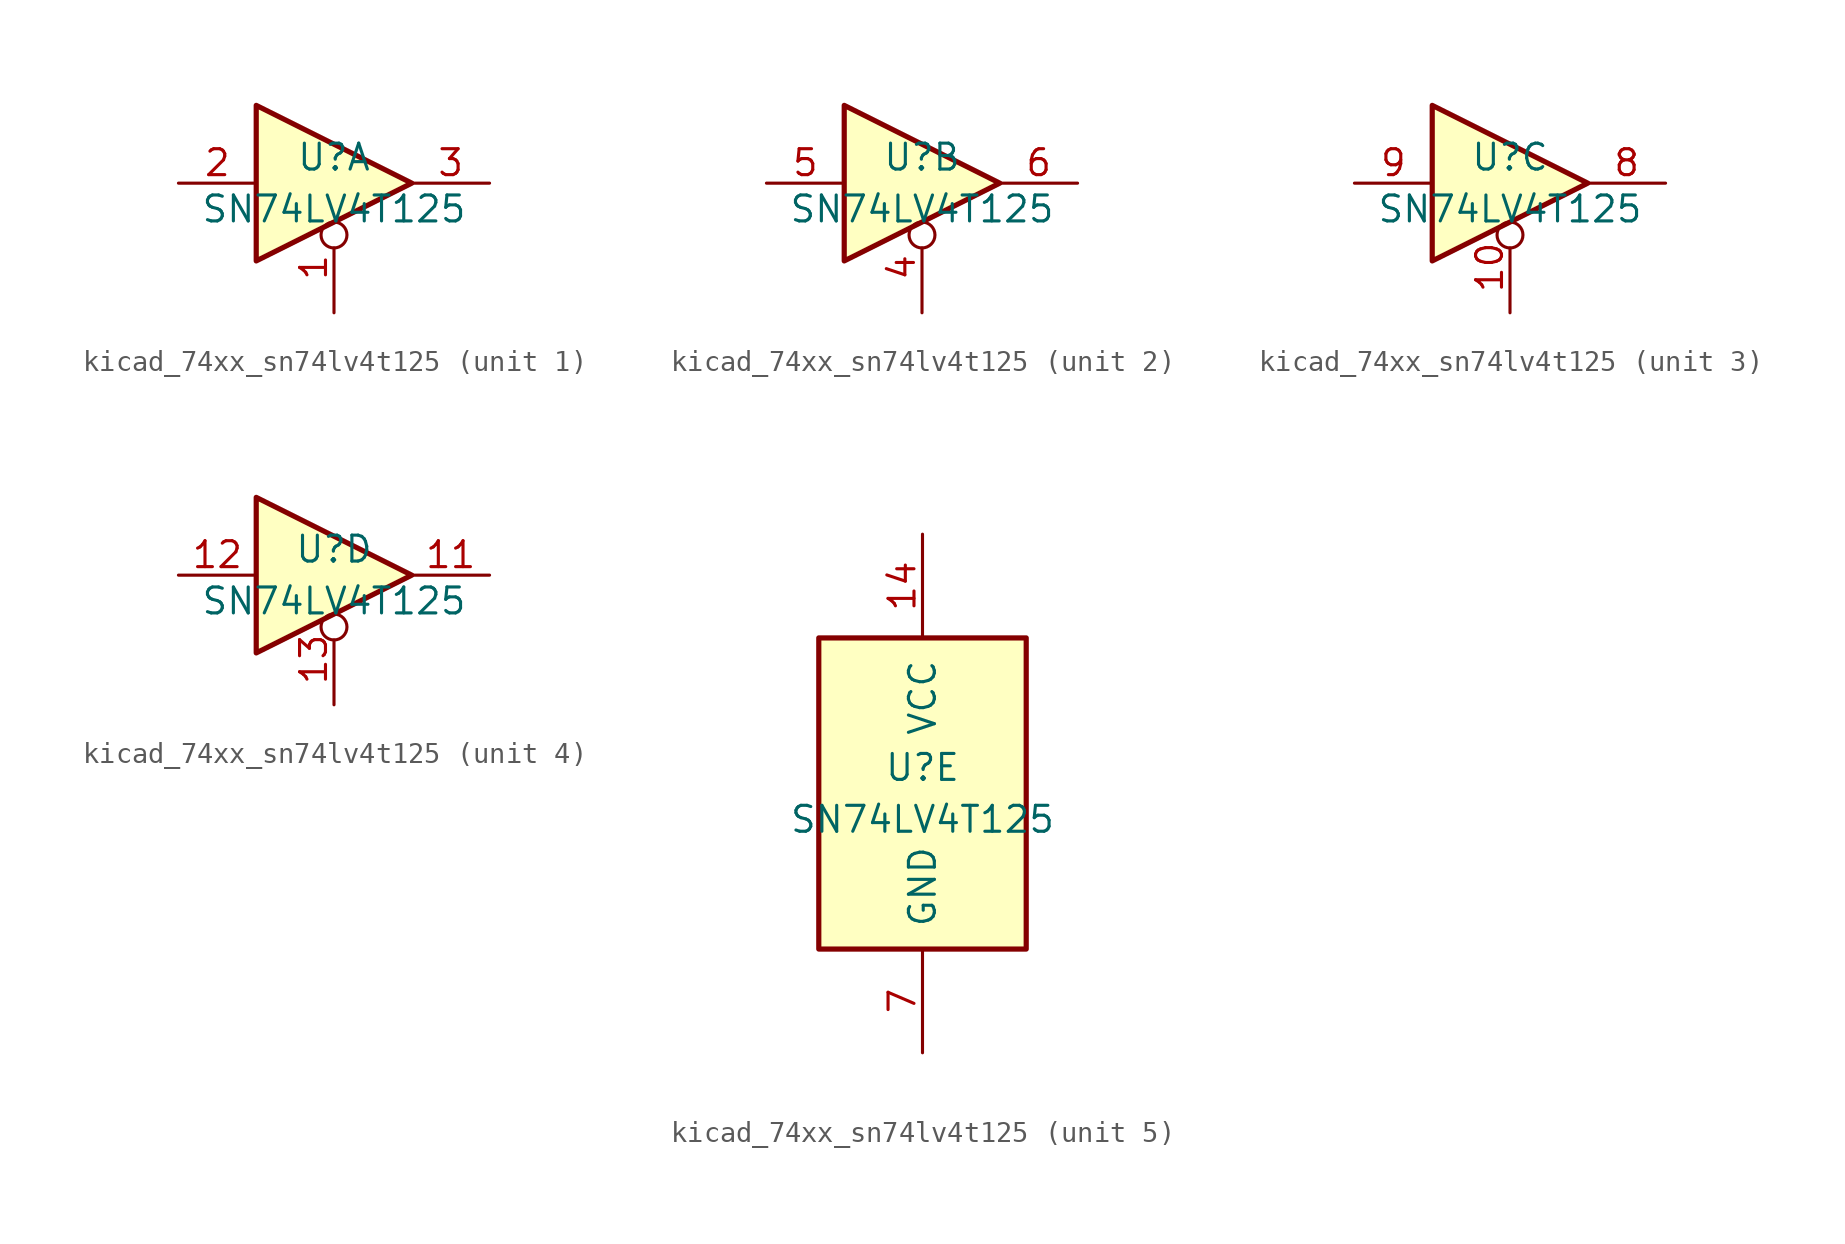
<source format=kicad_sym>
(kicad_symbol_lib
  (version 20220914)
  (generator kicad_symbol_editor)
  (symbol "kicad_74xx_sn74lv4t125"
    (pin_names
      (offset 1.016))
    (property "Reference" "U"
      (at 0 1.27 0)
      (effects (font (size 1.27 1.27))))
    (property "Value" "SN74LV4T125"
      (at 0 -1.27 0)
      (effects (font (size 1.27 1.27))))
    (property "ki_locked" ""
      (at 0 0 0)
      (effects (font (size 1.27 1.27))))
    (symbol "kicad_74xx_sn74lv4t125_1_0"
      (polyline (pts (xy -3.81 3.81) (xy -3.81 -3.81) (xy 3.81 0) (xy -3.81 3.81)) (stroke (width 0.254) (type default)) (fill (type background)))
      (pin input inverted (at 0 -6.35 90) (length 4.445) (name "~" (effects (font (size 1.27 1.27)))) (number "1" (effects (font (size 1.27 1.27)))))
      (pin input line (at -7.62 0 0) (length 3.81) (name "~" (effects (font (size 1.27 1.27)))) (number "2" (effects (font (size 1.27 1.27)))))
      (pin tri_state line (at 7.62 0 180) (length 3.81) (name "~" (effects (font (size 1.27 1.27)))) (number "3" (effects (font (size 1.27 1.27))))))
    (symbol "kicad_74xx_sn74lv4t125_2_0"
      (polyline (pts (xy -3.81 3.81) (xy -3.81 -3.81) (xy 3.81 0) (xy -3.81 3.81)) (stroke (width 0.254) (type default)) (fill (type background)))
      (pin input inverted (at 0 -6.35 90) (length 4.445) (name "~" (effects (font (size 1.27 1.27)))) (number "4" (effects (font (size 1.27 1.27)))))
      (pin input line (at -7.62 0 0) (length 3.81) (name "~" (effects (font (size 1.27 1.27)))) (number "5" (effects (font (size 1.27 1.27)))))
      (pin tri_state line (at 7.62 0 180) (length 3.81) (name "~" (effects (font (size 1.27 1.27)))) (number "6" (effects (font (size 1.27 1.27))))))
    (symbol "kicad_74xx_sn74lv4t125_3_0"
      (polyline (pts (xy -3.81 3.81) (xy -3.81 -3.81) (xy 3.81 0) (xy -3.81 3.81)) (stroke (width 0.254) (type default)) (fill (type background)))
      (pin input inverted (at 0 -6.35 90) (length 4.445) (name "~" (effects (font (size 1.27 1.27)))) (number "10" (effects (font (size 1.27 1.27)))))
      (pin tri_state line (at 7.62 0 180) (length 3.81) (name "~" (effects (font (size 1.27 1.27)))) (number "8" (effects (font (size 1.27 1.27)))))
      (pin input line (at -7.62 0 0) (length 3.81) (name "~" (effects (font (size 1.27 1.27)))) (number "9" (effects (font (size 1.27 1.27))))))
    (symbol "kicad_74xx_sn74lv4t125_4_0"
      (polyline (pts (xy -3.81 3.81) (xy -3.81 -3.81) (xy 3.81 0) (xy -3.81 3.81)) (stroke (width 0.254) (type default)) (fill (type background)))
      (pin tri_state line (at 7.62 0 180) (length 3.81) (name "~" (effects (font (size 1.27 1.27)))) (number "11" (effects (font (size 1.27 1.27)))))
      (pin input line (at -7.62 0 0) (length 3.81) (name "~" (effects (font (size 1.27 1.27)))) (number "12" (effects (font (size 1.27 1.27)))))
      (pin input inverted (at 0 -6.35 90) (length 4.445) (name "~" (effects (font (size 1.27 1.27)))) (number "13" (effects (font (size 1.27 1.27))))))
    (symbol "kicad_74xx_sn74lv4t125_5_0"
      (pin power_in line (at 0 12.7 270) (length 5.08) (name "VCC" (effects (font (size 1.27 1.27)))) (number "14" (effects (font (size 1.27 1.27)))))
      (pin power_in line (at 0 -12.7 90) (length 5.08) (name "GND" (effects (font (size 1.27 1.27)))) (number "7" (effects (font (size 1.27 1.27))))))
    (symbol "kicad_74xx_sn74lv4t125_5_1"
      (rectangle (start -5.08 7.62) (end 5.08 -7.62) (stroke (width 0.254) (type default)) (fill (type background))))))
</source>
